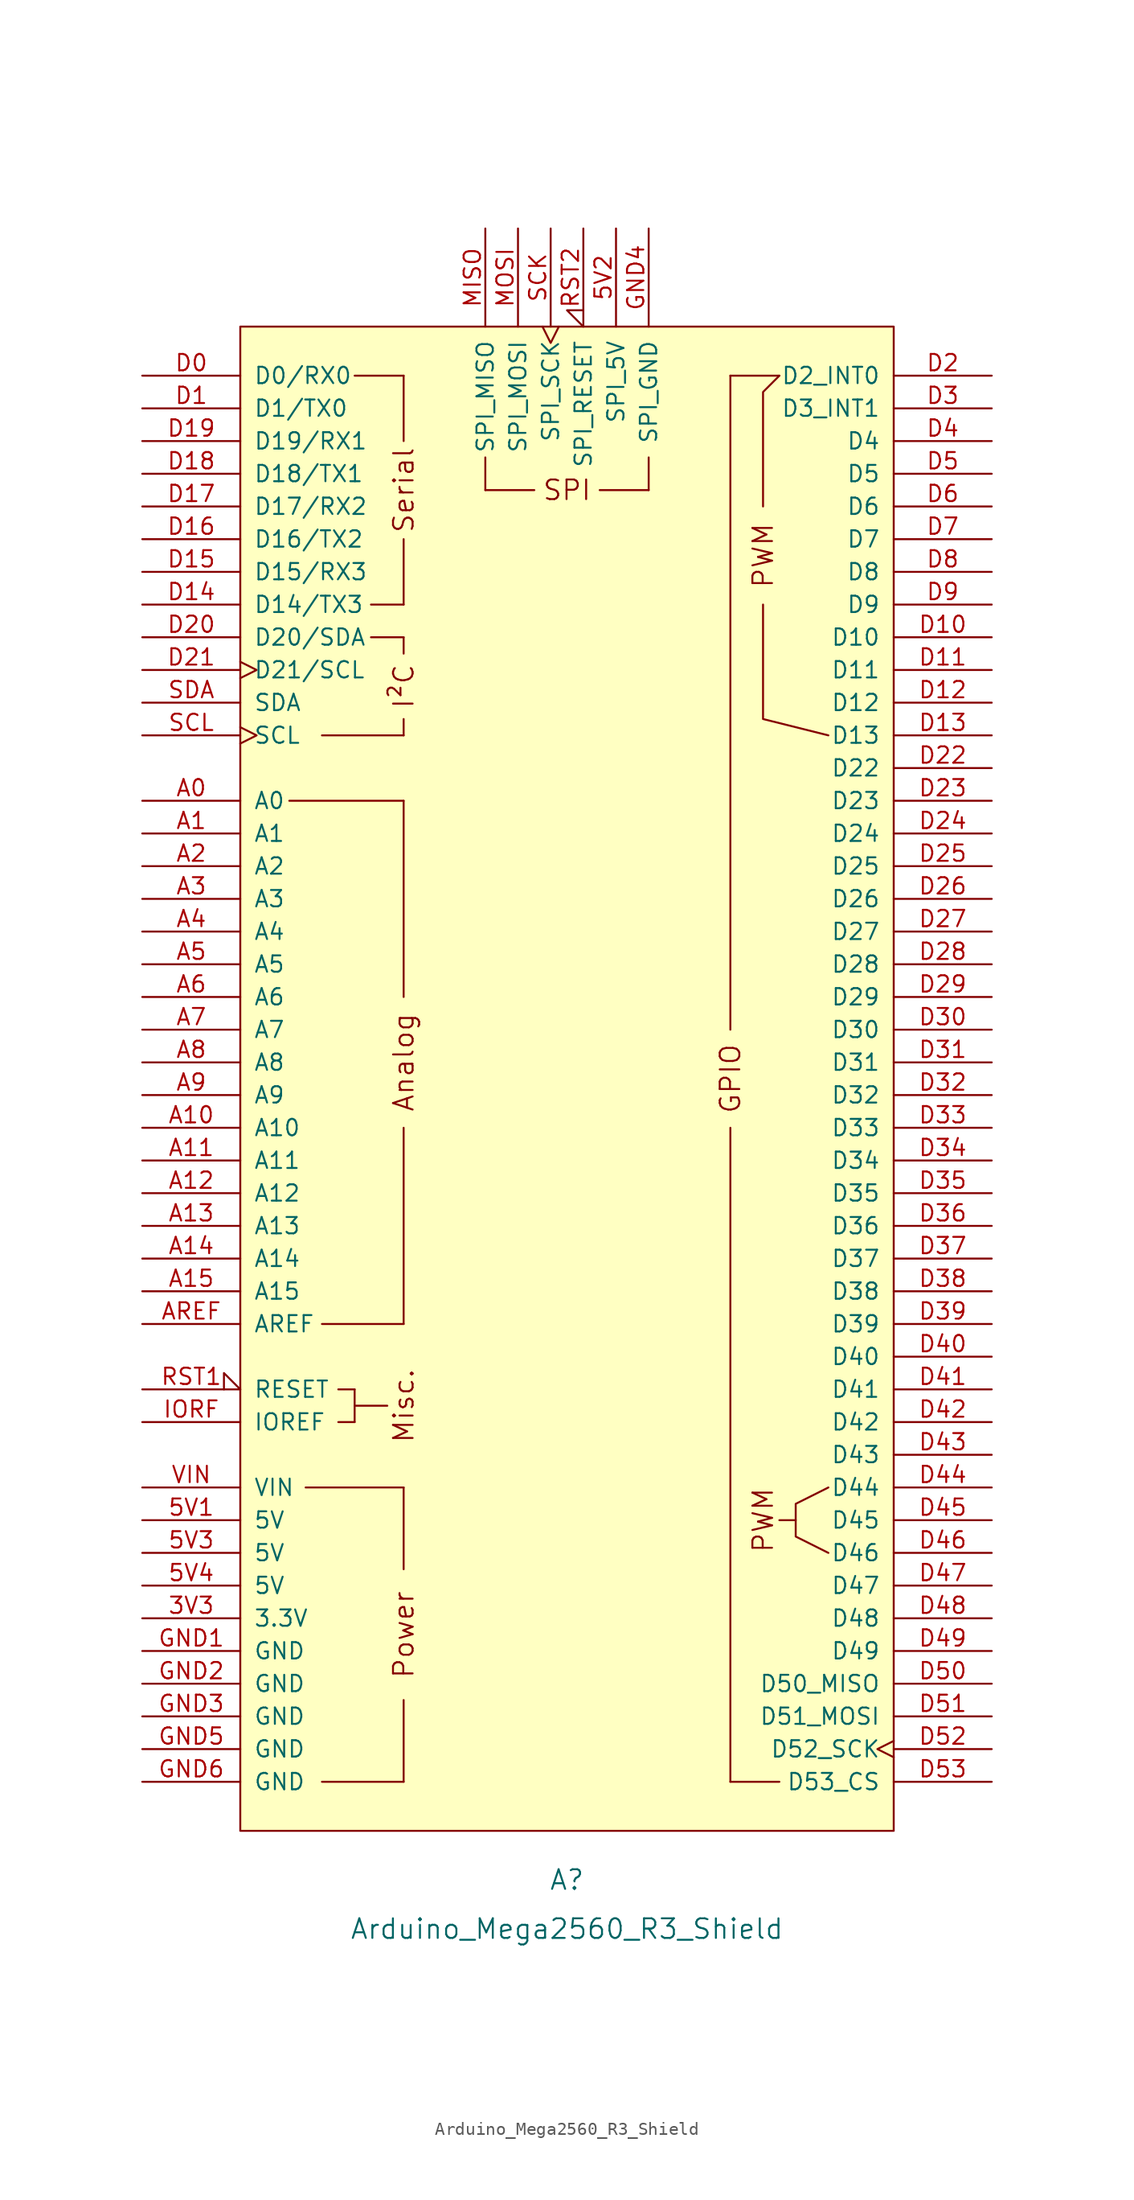
<source format=kicad_sym>
(kicad_symbol_lib
  (version 20231120)
  (generator "kicad_symbol_editor")
  (generator_version "8.0")
  (symbol "Arduino_Mega2560_R3_Shield"
    (pin_names
      (offset 1.016))
    (property "Reference" "A"
      (at 0 -62.23 0)
      (effects (font (size 1.524 1.524))))
    (property "Value" "Arduino_Mega2560_R3_Shield"
      (at 0 -66.04 0)
      (effects (font (size 1.524 1.524))))
    (symbol "Arduino_Mega2560_R3_Shield_0_0"
      (rectangle (start -25.4 -58.42) (end 25.4 58.42) (stroke (width 0) (type default)) (fill (type background)))
      (rectangle (start -20.32 -31.75) (end -12.7 -31.75) (stroke (width 0) (type default)) (fill (type none)))
      (rectangle (start -19.05 -54.61) (end -12.7 -54.61) (stroke (width 0) (type default)) (fill (type none)))
      (rectangle (start -19.05 -19.05) (end -12.7 -19.05) (stroke (width 0) (type default)) (fill (type none)))
      (rectangle (start -19.05 26.67) (end -12.7 26.67) (stroke (width 0) (type default)) (fill (type none)))
      (rectangle (start -17.78 -26.67) (end -16.51 -26.67) (stroke (width 0) (type default)) (fill (type none)))
      (rectangle (start -17.78 -24.13) (end -16.51 -24.13) (stroke (width 0) (type default)) (fill (type none)))
      (rectangle (start -16.51 -25.4) (end -13.97 -25.4) (stroke (width 0) (type default)) (fill (type none)))
      (rectangle (start -16.51 -24.13) (end -16.51 -26.67) (stroke (width 0) (type default)) (fill (type none)))
      (rectangle (start -16.51 54.61) (end -12.7 54.61) (stroke (width 0) (type default)) (fill (type none)))
      (rectangle (start -15.24 34.29) (end -12.7 34.29) (stroke (width 0) (type default)) (fill (type none)))
      (rectangle (start -15.24 36.83) (end -12.7 36.83) (stroke (width 0) (type default)) (fill (type none)))
      (rectangle (start -12.7 -54.61) (end -12.7 -48.26) (stroke (width 0) (type default)) (fill (type none)))
      (rectangle (start -12.7 -31.75) (end -12.7 -38.1) (stroke (width 0) (type default)) (fill (type none)))
      (rectangle (start -12.7 26.67) (end -12.7 27.94) (stroke (width 0) (type default)) (fill (type none)))
      (rectangle (start -12.7 34.29) (end -12.7 33.02) (stroke (width 0) (type default)) (fill (type none)))
      (rectangle (start -12.7 41.91) (end -12.7 36.83) (stroke (width 0) (type default)) (fill (type none)))
      (rectangle (start -12.7 49.53) (end -12.7 54.61) (stroke (width 0) (type default)) (fill (type none)))
      (rectangle (start -6.35 48.26) (end -6.35 45.72) (stroke (width 0) (type default)) (fill (type none)))
      (rectangle (start -2.54 45.72) (end -6.35 45.72) (stroke (width 0) (type default)) (fill (type none)))
      (polyline (pts (xy -21.59 21.59) (xy -12.7 21.59)) (stroke (width 0) (type default)) (fill (type none)))
      (polyline (pts (xy -12.7 -19.05) (xy -12.7 -3.81)) (stroke (width 0) (type default)) (fill (type none)))
      (polyline (pts (xy -12.7 6.35) (xy -12.7 21.59)) (stroke (width 0) (type default)) (fill (type none)))
      (polyline (pts (xy 12.7 -54.61) (xy 16.51 -54.61)) (stroke (width 0) (type default)) (fill (type none)))
      (polyline (pts (xy 12.7 54.61) (xy 16.51 54.61)) (stroke (width 0) (type default)) (fill (type none)))
      (polyline (pts (xy 17.78 -34.29) (xy 16.51 -34.29)) (stroke (width 0) (type default)) (fill (type none)))
      (polyline (pts (xy 15.24 36.83) (xy 15.24 27.94) (xy 20.32 26.67)) (stroke (width 0) (type default)) (fill (type none)))
      (polyline (pts (xy 15.24 44.45) (xy 15.24 53.34) (xy 16.51 54.61)) (stroke (width 0) (type default)) (fill (type none)))
      (polyline (pts (xy 20.32 -31.75) (xy 17.78 -33.02) (xy 17.78 -35.56) (xy 20.32 -36.83)) (stroke (width 0) (type default)) (fill (type none)))
      (rectangle (start 6.35 45.72) (end 2.54 45.72) (stroke (width 0) (type default)) (fill (type none)))
      (rectangle (start 6.35 48.26) (end 6.35 45.72) (stroke (width 0) (type default)) (fill (type none)))
      (text "Analog" (at -12.7 1.27 900) (effects (font (size 1.524 1.524))))
      (text "I²C" (at -12.7 30.48 900) (effects (font (size 1.524 1.524))))
      (text "Misc." (at -12.7 -25.4 900) (effects (font (size 1.524 1.524))))
      (text "Power" (at -12.7 -43.18 900) (effects (font (size 1.524 1.524))))
      (text "PWM" (at 15.24 -34.29 900) (effects (font (size 1.524 1.524))))
      (text "PWM" (at 15.24 40.64 900) (effects (font (size 1.524 1.524))))
      (text "Serial" (at -12.7 45.72 900) (effects (font (size 1.524 1.524))))
      (text "SPI" (at 0 45.72 0) (effects (font (size 1.524 1.524)))))
    (symbol "Arduino_Mega2560_R3_Shield_1_0"
      (rectangle (start 12.7 -54.61) (end 12.7 -3.81) (stroke (width 0) (type default)) (fill (type none)))
      (rectangle (start 12.7 54.61) (end 12.7 3.81) (stroke (width 0) (type default)) (fill (type none)))
      (text "GPIO" (at 12.7 0 900) (effects (font (size 1.524 1.524)))))
    (symbol "Arduino_Mega2560_R3_Shield_1_1"
      (pin power_out line (at -33.02 -41.91 0) (length 7.62) (name "3.3V" (effects (font (size 1.27 1.27)))) (number "3V3" (effects (font (size 1.27 1.27)))))
      (pin power_in line (at -33.02 -34.29 0) (length 7.62) (name "5V" (effects (font (size 1.27 1.27)))) (number "5V1" (effects (font (size 1.27 1.27)))))
      (pin power_in line (at 3.81 66.04 270) (length 7.62) (name "SPI_5V" (effects (font (size 1.27 1.27)))) (number "5V2" (effects (font (size 1.27 1.27)))))
      (pin power_in line (at -33.02 -36.83 0) (length 7.62) (name "5V" (effects (font (size 1.27 1.27)))) (number "5V3" (effects (font (size 1.27 1.27)))))
      (pin power_in line (at -33.02 -39.37 0) (length 7.62) (name "5V" (effects (font (size 1.27 1.27)))) (number "5V4" (effects (font (size 1.27 1.27)))))
      (pin bidirectional line (at -33.02 21.59 0) (length 7.62) (name "A0" (effects (font (size 1.27 1.27)))) (number "A0" (effects (font (size 1.27 1.27)))))
      (pin bidirectional line (at -33.02 19.05 0) (length 7.62) (name "A1" (effects (font (size 1.27 1.27)))) (number "A1" (effects (font (size 1.27 1.27)))))
      (pin bidirectional line (at -33.02 -3.81 0) (length 7.62) (name "A10" (effects (font (size 1.27 1.27)))) (number "A10" (effects (font (size 1.27 1.27)))))
      (pin bidirectional line (at -33.02 -6.35 0) (length 7.62) (name "A11" (effects (font (size 1.27 1.27)))) (number "A11" (effects (font (size 1.27 1.27)))))
      (pin bidirectional line (at -33.02 -8.89 0) (length 7.62) (name "A12" (effects (font (size 1.27 1.27)))) (number "A12" (effects (font (size 1.27 1.27)))))
      (pin bidirectional line (at -33.02 -11.43 0) (length 7.62) (name "A13" (effects (font (size 1.27 1.27)))) (number "A13" (effects (font (size 1.27 1.27)))))
      (pin bidirectional line (at -33.02 -13.97 0) (length 7.62) (name "A14" (effects (font (size 1.27 1.27)))) (number "A14" (effects (font (size 1.27 1.27)))))
      (pin bidirectional line (at -33.02 -16.51 0) (length 7.62) (name "A15" (effects (font (size 1.27 1.27)))) (number "A15" (effects (font (size 1.27 1.27)))))
      (pin bidirectional line (at -33.02 16.51 0) (length 7.62) (name "A2" (effects (font (size 1.27 1.27)))) (number "A2" (effects (font (size 1.27 1.27)))))
      (pin bidirectional line (at -33.02 13.97 0) (length 7.62) (name "A3" (effects (font (size 1.27 1.27)))) (number "A3" (effects (font (size 1.27 1.27)))))
      (pin bidirectional line (at -33.02 11.43 0) (length 7.62) (name "A4" (effects (font (size 1.27 1.27)))) (number "A4" (effects (font (size 1.27 1.27)))))
      (pin bidirectional line (at -33.02 8.89 0) (length 7.62) (name "A5" (effects (font (size 1.27 1.27)))) (number "A5" (effects (font (size 1.27 1.27)))))
      (pin bidirectional line (at -33.02 6.35 0) (length 7.62) (name "A6" (effects (font (size 1.27 1.27)))) (number "A6" (effects (font (size 1.27 1.27)))))
      (pin bidirectional line (at -33.02 3.81 0) (length 7.62) (name "A7" (effects (font (size 1.27 1.27)))) (number "A7" (effects (font (size 1.27 1.27)))))
      (pin bidirectional line (at -33.02 1.27 0) (length 7.62) (name "A8" (effects (font (size 1.27 1.27)))) (number "A8" (effects (font (size 1.27 1.27)))))
      (pin bidirectional line (at -33.02 -1.27 0) (length 7.62) (name "A9" (effects (font (size 1.27 1.27)))) (number "A9" (effects (font (size 1.27 1.27)))))
      (pin input line (at -33.02 -19.05 0) (length 7.62) (name "AREF" (effects (font (size 1.27 1.27)))) (number "AREF" (effects (font (size 1.27 1.27)))))
      (pin bidirectional line (at -33.02 54.61 0) (length 7.62) (name "D0/RX0" (effects (font (size 1.27 1.27)))) (number "D0" (effects (font (size 1.27 1.27)))))
      (pin bidirectional line (at -33.02 52.07 0) (length 7.62) (name "D1/TX0" (effects (font (size 1.27 1.27)))) (number "D1" (effects (font (size 1.27 1.27)))))
      (pin bidirectional line (at 33.02 34.29 180) (length 7.62) (name "D10" (effects (font (size 1.27 1.27)))) (number "D10" (effects (font (size 1.27 1.27)))))
      (pin bidirectional line (at 33.02 31.75 180) (length 7.62) (name "D11" (effects (font (size 1.27 1.27)))) (number "D11" (effects (font (size 1.27 1.27)))))
      (pin bidirectional line (at 33.02 29.21 180) (length 7.62) (name "D12" (effects (font (size 1.27 1.27)))) (number "D12" (effects (font (size 1.27 1.27)))))
      (pin bidirectional line (at 33.02 26.67 180) (length 7.62) (name "D13" (effects (font (size 1.27 1.27)))) (number "D13" (effects (font (size 1.27 1.27)))))
      (pin bidirectional line (at -33.02 36.83 0) (length 7.62) (name "D14/TX3" (effects (font (size 1.27 1.27)))) (number "D14" (effects (font (size 1.27 1.27)))))
      (pin bidirectional line (at -33.02 39.37 0) (length 7.62) (name "D15/RX3" (effects (font (size 1.27 1.27)))) (number "D15" (effects (font (size 1.27 1.27)))))
      (pin bidirectional line (at -33.02 41.91 0) (length 7.62) (name "D16/TX2" (effects (font (size 1.27 1.27)))) (number "D16" (effects (font (size 1.27 1.27)))))
      (pin bidirectional line (at -33.02 44.45 0) (length 7.62) (name "D17/RX2" (effects (font (size 1.27 1.27)))) (number "D17" (effects (font (size 1.27 1.27)))))
      (pin bidirectional line (at -33.02 46.99 0) (length 7.62) (name "D18/TX1" (effects (font (size 1.27 1.27)))) (number "D18" (effects (font (size 1.27 1.27)))))
      (pin bidirectional line (at -33.02 49.53 0) (length 7.62) (name "D19/RX1" (effects (font (size 1.27 1.27)))) (number "D19" (effects (font (size 1.27 1.27)))))
      (pin bidirectional line (at 33.02 54.61 180) (length 7.62) (name "D2_INT0" (effects (font (size 1.27 1.27)))) (number "D2" (effects (font (size 1.27 1.27)))))
      (pin bidirectional line (at -33.02 34.29 0) (length 7.62) (name "D20/SDA" (effects (font (size 1.27 1.27)))) (number "D20" (effects (font (size 1.27 1.27)))))
      (pin bidirectional clock (at -33.02 31.75 0) (length 7.62) (name "D21/SCL" (effects (font (size 1.27 1.27)))) (number "D21" (effects (font (size 1.27 1.27)))))
      (pin bidirectional line (at 33.02 24.13 180) (length 7.62) (name "D22" (effects (font (size 1.27 1.27)))) (number "D22" (effects (font (size 1.27 1.27)))))
      (pin bidirectional line (at 33.02 21.59 180) (length 7.62) (name "D23" (effects (font (size 1.27 1.27)))) (number "D23" (effects (font (size 1.27 1.27)))))
      (pin bidirectional line (at 33.02 19.05 180) (length 7.62) (name "D24" (effects (font (size 1.27 1.27)))) (number "D24" (effects (font (size 1.27 1.27)))))
      (pin bidirectional line (at 33.02 16.51 180) (length 7.62) (name "D25" (effects (font (size 1.27 1.27)))) (number "D25" (effects (font (size 1.27 1.27)))))
      (pin bidirectional line (at 33.02 13.97 180) (length 7.62) (name "D26" (effects (font (size 1.27 1.27)))) (number "D26" (effects (font (size 1.27 1.27)))))
      (pin bidirectional line (at 33.02 11.43 180) (length 7.62) (name "D27" (effects (font (size 1.27 1.27)))) (number "D27" (effects (font (size 1.27 1.27)))))
      (pin bidirectional line (at 33.02 8.89 180) (length 7.62) (name "D28" (effects (font (size 1.27 1.27)))) (number "D28" (effects (font (size 1.27 1.27)))))
      (pin bidirectional line (at 33.02 6.35 180) (length 7.62) (name "D29" (effects (font (size 1.27 1.27)))) (number "D29" (effects (font (size 1.27 1.27)))))
      (pin bidirectional line (at 33.02 52.07 180) (length 7.62) (name "D3_INT1" (effects (font (size 1.27 1.27)))) (number "D3" (effects (font (size 1.27 1.27)))))
      (pin bidirectional line (at 33.02 3.81 180) (length 7.62) (name "D30" (effects (font (size 1.27 1.27)))) (number "D30" (effects (font (size 1.27 1.27)))))
      (pin bidirectional line (at 33.02 1.27 180) (length 7.62) (name "D31" (effects (font (size 1.27 1.27)))) (number "D31" (effects (font (size 1.27 1.27)))))
      (pin bidirectional line (at 33.02 -1.27 180) (length 7.62) (name "D32" (effects (font (size 1.27 1.27)))) (number "D32" (effects (font (size 1.27 1.27)))))
      (pin bidirectional line (at 33.02 -3.81 180) (length 7.62) (name "D33" (effects (font (size 1.27 1.27)))) (number "D33" (effects (font (size 1.27 1.27)))))
      (pin bidirectional line (at 33.02 -6.35 180) (length 7.62) (name "D34" (effects (font (size 1.27 1.27)))) (number "D34" (effects (font (size 1.27 1.27)))))
      (pin bidirectional line (at 33.02 -8.89 180) (length 7.62) (name "D35" (effects (font (size 1.27 1.27)))) (number "D35" (effects (font (size 1.27 1.27)))))
      (pin bidirectional line (at 33.02 -11.43 180) (length 7.62) (name "D36" (effects (font (size 1.27 1.27)))) (number "D36" (effects (font (size 1.27 1.27)))))
      (pin bidirectional line (at 33.02 -13.97 180) (length 7.62) (name "D37" (effects (font (size 1.27 1.27)))) (number "D37" (effects (font (size 1.27 1.27)))))
      (pin bidirectional line (at 33.02 -16.51 180) (length 7.62) (name "D38" (effects (font (size 1.27 1.27)))) (number "D38" (effects (font (size 1.27 1.27)))))
      (pin bidirectional line (at 33.02 -19.05 180) (length 7.62) (name "D39" (effects (font (size 1.27 1.27)))) (number "D39" (effects (font (size 1.27 1.27)))))
      (pin bidirectional line (at 33.02 49.53 180) (length 7.62) (name "D4" (effects (font (size 1.27 1.27)))) (number "D4" (effects (font (size 1.27 1.27)))))
      (pin bidirectional line (at 33.02 -21.59 180) (length 7.62) (name "D40" (effects (font (size 1.27 1.27)))) (number "D40" (effects (font (size 1.27 1.27)))))
      (pin bidirectional line (at 33.02 -24.13 180) (length 7.62) (name "D41" (effects (font (size 1.27 1.27)))) (number "D41" (effects (font (size 1.27 1.27)))))
      (pin bidirectional line (at 33.02 -26.67 180) (length 7.62) (name "D42" (effects (font (size 1.27 1.27)))) (number "D42" (effects (font (size 1.27 1.27)))))
      (pin bidirectional line (at 33.02 -29.21 180) (length 7.62) (name "D43" (effects (font (size 1.27 1.27)))) (number "D43" (effects (font (size 1.27 1.27)))))
      (pin bidirectional line (at 33.02 -31.75 180) (length 7.62) (name "D44" (effects (font (size 1.27 1.27)))) (number "D44" (effects (font (size 1.27 1.27)))))
      (pin bidirectional line (at 33.02 -34.29 180) (length 7.62) (name "D45" (effects (font (size 1.27 1.27)))) (number "D45" (effects (font (size 1.27 1.27)))))
      (pin bidirectional line (at 33.02 -36.83 180) (length 7.62) (name "D46" (effects (font (size 1.27 1.27)))) (number "D46" (effects (font (size 1.27 1.27)))))
      (pin bidirectional line (at 33.02 -39.37 180) (length 7.62) (name "D47" (effects (font (size 1.27 1.27)))) (number "D47" (effects (font (size 1.27 1.27)))))
      (pin bidirectional line (at 33.02 -41.91 180) (length 7.62) (name "D48" (effects (font (size 1.27 1.27)))) (number "D48" (effects (font (size 1.27 1.27)))))
      (pin bidirectional line (at 33.02 -44.45 180) (length 7.62) (name "D49" (effects (font (size 1.27 1.27)))) (number "D49" (effects (font (size 1.27 1.27)))))
      (pin bidirectional line (at 33.02 46.99 180) (length 7.62) (name "D5" (effects (font (size 1.27 1.27)))) (number "D5" (effects (font (size 1.27 1.27)))))
      (pin bidirectional line (at 33.02 -46.99 180) (length 7.62) (name "D50_MISO" (effects (font (size 1.27 1.27)))) (number "D50" (effects (font (size 1.27 1.27)))))
      (pin bidirectional line (at 33.02 -49.53 180) (length 7.62) (name "D51_MOSI" (effects (font (size 1.27 1.27)))) (number "D51" (effects (font (size 1.27 1.27)))))
      (pin bidirectional clock (at 33.02 -52.07 180) (length 7.62) (name "D52_SCK" (effects (font (size 1.27 1.27)))) (number "D52" (effects (font (size 1.27 1.27)))))
      (pin bidirectional line (at 33.02 -54.61 180) (length 7.62) (name "D53_CS" (effects (font (size 1.27 1.27)))) (number "D53" (effects (font (size 1.27 1.27)))))
      (pin bidirectional line (at 33.02 44.45 180) (length 7.62) (name "D6" (effects (font (size 1.27 1.27)))) (number "D6" (effects (font (size 1.27 1.27)))))
      (pin bidirectional line (at 33.02 41.91 180) (length 7.62) (name "D7" (effects (font (size 1.27 1.27)))) (number "D7" (effects (font (size 1.27 1.27)))))
      (pin bidirectional line (at 33.02 39.37 180) (length 7.62) (name "D8" (effects (font (size 1.27 1.27)))) (number "D8" (effects (font (size 1.27 1.27)))))
      (pin bidirectional line (at 33.02 36.83 180) (length 7.62) (name "D9" (effects (font (size 1.27 1.27)))) (number "D9" (effects (font (size 1.27 1.27)))))
      (pin power_in line (at -33.02 -44.45 0) (length 7.62) (name "GND" (effects (font (size 1.27 1.27)))) (number "GND1" (effects (font (size 1.27 1.27)))))
      (pin power_in line (at -33.02 -46.99 0) (length 7.62) (name "GND" (effects (font (size 1.27 1.27)))) (number "GND2" (effects (font (size 1.27 1.27)))))
      (pin power_in line (at -33.02 -49.53 0) (length 7.62) (name "GND" (effects (font (size 1.27 1.27)))) (number "GND3" (effects (font (size 1.27 1.27)))))
      (pin power_in line (at 6.35 66.04 270) (length 7.62) (name "SPI_GND" (effects (font (size 1.27 1.27)))) (number "GND4" (effects (font (size 1.27 1.27)))))
      (pin power_in line (at -33.02 -52.07 0) (length 7.62) (name "GND" (effects (font (size 1.27 1.27)))) (number "GND5" (effects (font (size 1.27 1.27)))))
      (pin power_in line (at -33.02 -54.61 0) (length 7.62) (name "GND" (effects (font (size 1.27 1.27)))) (number "GND6" (effects (font (size 1.27 1.27)))))
      (pin output line (at -33.02 -26.67 0) (length 7.62) (name "IOREF" (effects (font (size 1.27 1.27)))) (number "IORF" (effects (font (size 1.27 1.27)))))
      (pin input line (at -6.35 66.04 270) (length 7.62) (name "SPI_MISO" (effects (font (size 1.27 1.27)))) (number "MISO" (effects (font (size 1.27 1.27)))))
      (pin output line (at -3.81 66.04 270) (length 7.62) (name "SPI_MOSI" (effects (font (size 1.27 1.27)))) (number "MOSI" (effects (font (size 1.27 1.27)))))
      (pin open_collector input_low (at -33.02 -24.13 0) (length 7.62) (name "RESET" (effects (font (size 1.27 1.27)))) (number "RST1" (effects (font (size 1.27 1.27)))))
      (pin open_collector input_low (at 1.27 66.04 270) (length 7.62) (name "SPI_RESET" (effects (font (size 1.27 1.27)))) (number "RST2" (effects (font (size 1.27 1.27)))))
      (pin output clock (at -1.27 66.04 270) (length 7.62) (name "SPI_SCK" (effects (font (size 1.27 1.27)))) (number "SCK" (effects (font (size 1.27 1.27)))))
      (pin bidirectional clock (at -33.02 26.67 0) (length 7.62) (name "SCL" (effects (font (size 1.27 1.27)))) (number "SCL" (effects (font (size 1.27 1.27)))))
      (pin bidirectional line (at -33.02 29.21 0) (length 7.62) (name "SDA" (effects (font (size 1.27 1.27)))) (number "SDA" (effects (font (size 1.27 1.27)))))
      (pin power_in line (at -33.02 -31.75 0) (length 7.62) (name "VIN" (effects (font (size 1.27 1.27)))) (number "VIN" (effects (font (size 1.27 1.27))))))))
</source>
